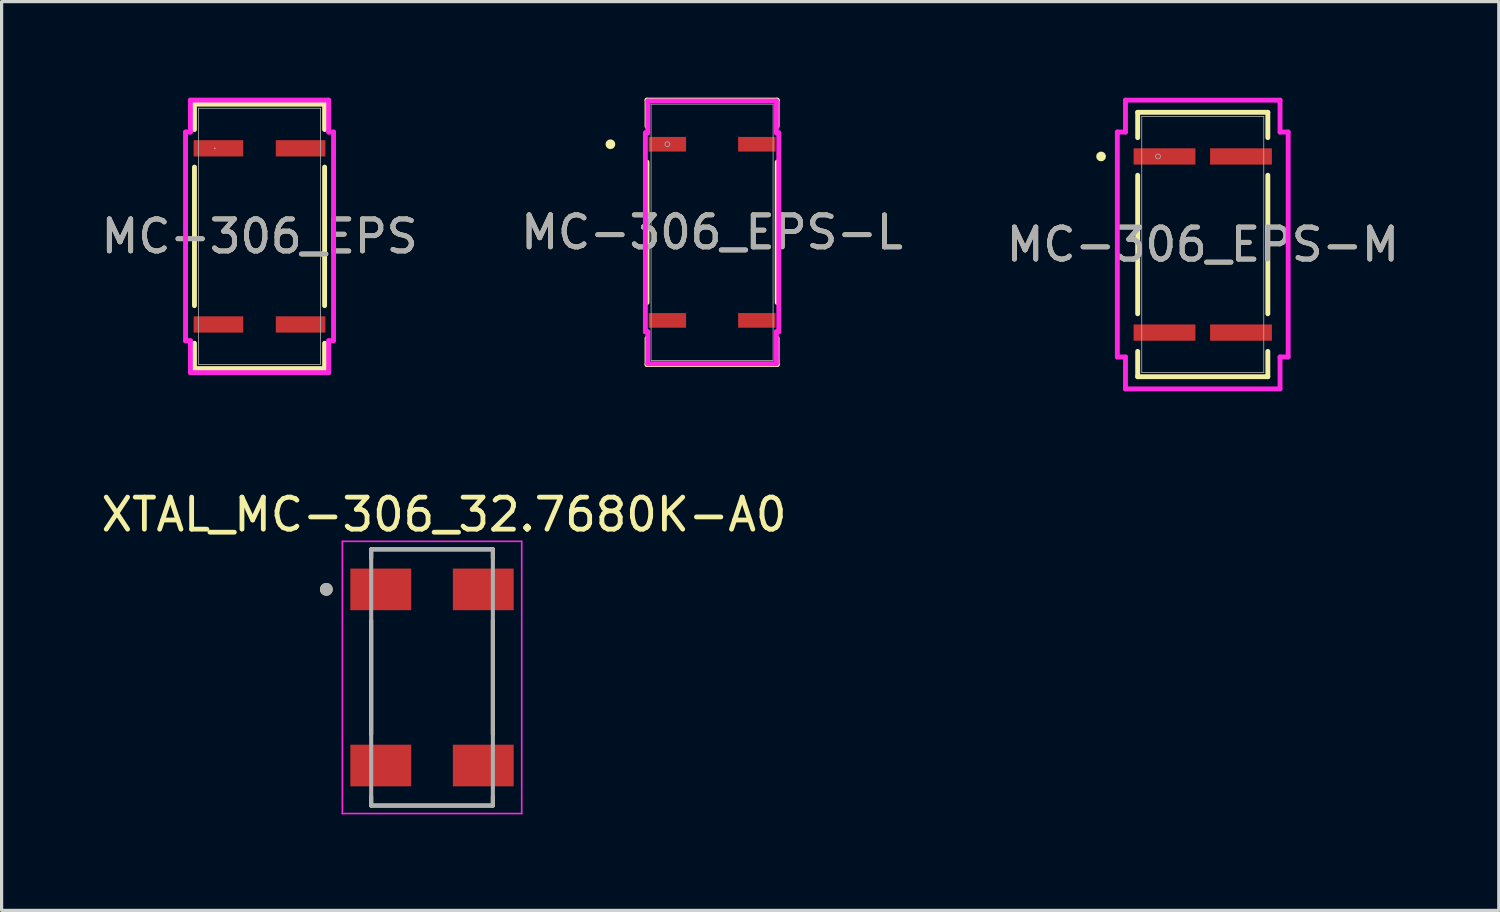
<source format=kicad_pcb>
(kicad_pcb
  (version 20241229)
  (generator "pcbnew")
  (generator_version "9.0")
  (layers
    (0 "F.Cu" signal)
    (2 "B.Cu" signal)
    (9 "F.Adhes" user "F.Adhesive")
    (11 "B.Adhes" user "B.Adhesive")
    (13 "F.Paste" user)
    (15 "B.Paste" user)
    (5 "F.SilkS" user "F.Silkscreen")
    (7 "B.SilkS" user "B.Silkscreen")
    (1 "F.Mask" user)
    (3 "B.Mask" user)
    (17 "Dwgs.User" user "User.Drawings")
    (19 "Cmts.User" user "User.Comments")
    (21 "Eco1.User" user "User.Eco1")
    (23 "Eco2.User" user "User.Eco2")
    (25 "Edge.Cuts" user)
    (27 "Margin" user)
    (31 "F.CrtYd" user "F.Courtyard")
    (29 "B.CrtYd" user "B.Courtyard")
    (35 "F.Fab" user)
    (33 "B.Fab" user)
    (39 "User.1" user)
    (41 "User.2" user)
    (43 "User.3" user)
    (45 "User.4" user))
  (footprint "MC-306_EPS"
    (layer "F.Cu")
    (at 5.054 4.331)
    (property "Reference" "MC-306_EPS" (at 0 0 0) (unlocked yes) (layer "F.SilkS") (effects (font (size 1 1) (thickness 0.15))))
    (attr smd)
    (fp_line (start -2.032 -4.128) (end -2.032 -3.337) (stroke (width 0.152) (type solid)) (layer "F.SilkS"))
    (fp_line (start -2.032 -2.163) (end -2.032 2.163) (stroke (width 0.152) (type solid)) (layer "F.SilkS"))
    (fp_line (start -2.032 3.337) (end -2.032 4.128) (stroke (width 0.152) (type solid)) (layer "F.SilkS"))
    (fp_line (start -2.032 4.128) (end 2.032 4.128) (stroke (width 0.152) (type solid)) (layer "F.SilkS"))
    (fp_line (start 2.032 -4.128) (end -2.032 -4.128) (stroke (width 0.152) (type solid)) (layer "F.SilkS"))
    (fp_line (start 2.032 -3.337) (end 2.032 -4.128) (stroke (width 0.152) (type solid)) (layer "F.SilkS"))
    (fp_line (start 2.032 2.163) (end 2.032 -2.163) (stroke (width 0.152) (type solid)) (layer "F.SilkS"))
    (fp_line (start 2.032 4.128) (end 2.032 3.337) (stroke (width 0.152) (type solid)) (layer "F.SilkS"))
    (fp_line (start -2.311 -3.258) (end -2.159 -3.258) (stroke (width 0.152) (type solid)) (layer "F.CrtYd"))
    (fp_line (start -2.311 3.258) (end -2.311 -3.258) (stroke (width 0.152) (type solid)) (layer "F.CrtYd"))
    (fp_line (start -2.159 -4.255) (end 2.159 -4.255) (stroke (width 0.152) (type solid)) (layer "F.CrtYd"))
    (fp_line (start -2.159 -3.258) (end -2.159 -4.255) (stroke (width 0.152) (type solid)) (layer "F.CrtYd"))
    (fp_line (start -2.159 3.258) (end -2.311 3.258) (stroke (width 0.152) (type solid)) (layer "F.CrtYd"))
    (fp_line (start -2.159 4.255) (end -2.159 3.258) (stroke (width 0.152) (type solid)) (layer "F.CrtYd"))
    (fp_line (start 2.159 -4.255) (end 2.159 -3.258) (stroke (width 0.152) (type solid)) (layer "F.CrtYd"))
    (fp_line (start 2.159 -3.258) (end 2.311 -3.258) (stroke (width 0.152) (type solid)) (layer "F.CrtYd"))
    (fp_line (start 2.159 3.258) (end 2.159 4.255) (stroke (width 0.152) (type solid)) (layer "F.CrtYd"))
    (fp_line (start 2.159 4.255) (end -2.159 4.255) (stroke (width 0.152) (type solid)) (layer "F.CrtYd"))
    (fp_line (start 2.311 -3.258) (end 2.311 3.258) (stroke (width 0.152) (type solid)) (layer "F.CrtYd"))
    (fp_line (start 2.311 3.258) (end 2.159 3.258) (stroke (width 0.152) (type solid)) (layer "F.CrtYd"))
    (fp_line (start -1.905 -4) (end -1.905 4) (stroke (width 0.025) (type solid)) (layer "F.Fab"))
    (fp_line (start -1.905 4) (end 1.905 4) (stroke (width 0.025) (type solid)) (layer "F.Fab"))
    (fp_line (start 1.905 -4) (end -1.905 -4) (stroke (width 0.025) (type solid)) (layer "F.Fab"))
    (fp_line (start 1.905 4) (end 1.905 -4) (stroke (width 0.025) (type solid)) (layer "F.Fab"))
    (fp_circle (center -1.397 -2.75) (end -1.397 -2.75) (stroke (width 0.025) (type solid)) (fill no) (layer "F.Fab"))
    (fp_text user "${REFERENCE}" (at 0 0 0) (unlocked yes) (layer "F.Fab") (effects (font (size 1 1) (thickness 0.15))))
    (pad "1" smd rect (at -1.283 -2.75 90) (size 0.508 1.549) (layers "F.Cu" "F.Mask" "F.Paste"))
    (pad "2" smd rect (at -1.283 2.75 90) (size 0.508 1.549) (layers "F.Cu" "F.Mask" "F.Paste"))
    (pad "3" smd rect (at 1.283 2.75 90) (size 0.508 1.549) (layers "F.Cu" "F.Mask" "F.Paste"))
    (pad "4" smd rect (at 1.283 -2.75 90) (size 0.508 1.549) (layers "F.Cu" "F.Mask" "F.Paste")))
  (footprint "MC-306_EPS-M"
    (layer "F.Cu")
    (at 34.506 4.585)
    (property "Reference" "MC-306_EPS-M" (at 0 0 0) (unlocked yes) (layer "F.SilkS") (effects (font (size 1 1) (thickness 0.15))))
    (attr smd)
    (fp_line (start -2.032 -4.128) (end -2.032 -3.337) (stroke (width 0.152) (type solid)) (layer "F.SilkS"))
    (fp_line (start -2.032 -2.163) (end -2.032 2.163) (stroke (width 0.152) (type solid)) (layer "F.SilkS"))
    (fp_line (start -2.032 3.337) (end -2.032 4.128) (stroke (width 0.152) (type solid)) (layer "F.SilkS"))
    (fp_line (start -2.032 4.128) (end 2.032 4.128) (stroke (width 0.152) (type solid)) (layer "F.SilkS"))
    (fp_line (start 2.032 -4.128) (end -2.032 -4.128) (stroke (width 0.152) (type solid)) (layer "F.SilkS"))
    (fp_line (start 2.032 -3.337) (end 2.032 -4.128) (stroke (width 0.152) (type solid)) (layer "F.SilkS"))
    (fp_line (start 2.032 2.163) (end 2.032 -2.163) (stroke (width 0.152) (type solid)) (layer "F.SilkS"))
    (fp_line (start 2.032 4.128) (end 2.032 3.337) (stroke (width 0.152) (type solid)) (layer "F.SilkS"))
    (fp_circle (center -3.175 -2.75) (end -3.099 -2.75) (stroke (width 0.152) (type solid)) (fill no) (layer "F.SilkS"))
    (fp_line (start -2.667 -3.512) (end -2.413 -3.512) (stroke (width 0.152) (type solid)) (layer "F.CrtYd"))
    (fp_line (start -2.667 3.512) (end -2.667 -3.512) (stroke (width 0.152) (type solid)) (layer "F.CrtYd"))
    (fp_line (start -2.413 -4.508) (end 2.413 -4.508) (stroke (width 0.152) (type solid)) (layer "F.CrtYd"))
    (fp_line (start -2.413 -3.512) (end -2.413 -4.508) (stroke (width 0.152) (type solid)) (layer "F.CrtYd"))
    (fp_line (start -2.413 3.512) (end -2.667 3.512) (stroke (width 0.152) (type solid)) (layer "F.CrtYd"))
    (fp_line (start -2.413 4.508) (end -2.413 3.512) (stroke (width 0.152) (type solid)) (layer "F.CrtYd"))
    (fp_line (start 2.413 -4.508) (end 2.413 -3.512) (stroke (width 0.152) (type solid)) (layer "F.CrtYd"))
    (fp_line (start 2.413 -3.512) (end 2.667 -3.512) (stroke (width 0.152) (type solid)) (layer "F.CrtYd"))
    (fp_line (start 2.413 3.512) (end 2.413 4.508) (stroke (width 0.152) (type solid)) (layer "F.CrtYd"))
    (fp_line (start 2.413 4.508) (end -2.413 4.508) (stroke (width 0.152) (type solid)) (layer "F.CrtYd"))
    (fp_line (start 2.667 -3.512) (end 2.667 3.512) (stroke (width 0.152) (type solid)) (layer "F.CrtYd"))
    (fp_line (start 2.667 3.512) (end 2.413 3.512) (stroke (width 0.152) (type solid)) (layer "F.CrtYd"))
    (fp_line (start -1.905 -4) (end -1.905 4) (stroke (width 0.025) (type solid)) (layer "F.Fab"))
    (fp_line (start -1.905 4) (end 1.905 4) (stroke (width 0.025) (type solid)) (layer "F.Fab"))
    (fp_line (start 1.905 -4) (end -1.905 -4) (stroke (width 0.025) (type solid)) (layer "F.Fab"))
    (fp_line (start 1.905 4) (end 1.905 -4) (stroke (width 0.025) (type solid)) (layer "F.Fab"))
    (fp_circle (center -1.397 -2.75) (end -1.321 -2.75) (stroke (width 0.025) (type solid)) (fill no) (layer "F.Fab"))
    (fp_text user "${REFERENCE}" (at 0 0 0) (unlocked yes) (layer "F.Fab") (effects (font (size 1 1) (thickness 0.15))))
    (pad "1" smd rect (at -1.194 -2.75 90) (size 0.508 1.93) (layers "F.Cu" "F.Mask" "F.Paste"))
    (pad "2" smd rect (at -1.194 2.75 90) (size 0.508 1.93) (layers "F.Cu" "F.Mask" "F.Paste"))
    (pad "3" smd rect (at 1.194 2.75 90) (size 0.508 1.93) (layers "F.Cu" "F.Mask" "F.Paste"))
    (pad "4" smd rect (at 1.194 -2.75 90) (size 0.508 1.93) (layers "F.Cu" "F.Mask" "F.Paste")))
  (footprint "MC-306_EPS-L"
    (layer "F.Cu")
    (at 19.185 4.204)
    (property "Reference" "MC-306_EPS-L" (at 0 0 0) (unlocked yes) (layer "F.SilkS") (effects (font (size 1 1) (thickness 0.15))))
    (attr smd)
    (fp_line (start -2.032 -4.128) (end -2.032 -3.307) (stroke (width 0.152) (type solid)) (layer "F.SilkS"))
    (fp_line (start -2.032 -2.193) (end -2.032 2.193) (stroke (width 0.152) (type solid)) (layer "F.SilkS"))
    (fp_line (start -2.032 3.307) (end -2.032 4.128) (stroke (width 0.152) (type solid)) (layer "F.SilkS"))
    (fp_line (start -2.032 4.128) (end 2.032 4.128) (stroke (width 0.152) (type solid)) (layer "F.SilkS"))
    (fp_line (start 2.032 -4.128) (end -2.032 -4.128) (stroke (width 0.152) (type solid)) (layer "F.SilkS"))
    (fp_line (start 2.032 -3.307) (end 2.032 -4.128) (stroke (width 0.152) (type solid)) (layer "F.SilkS"))
    (fp_line (start 2.032 2.193) (end 2.032 -2.193) (stroke (width 0.152) (type solid)) (layer "F.SilkS"))
    (fp_line (start 2.032 4.128) (end 2.032 3.307) (stroke (width 0.152) (type solid)) (layer "F.SilkS"))
    (fp_circle (center -3.175 -2.75) (end -3.099 -2.75) (stroke (width 0.152) (type solid)) (fill no) (layer "F.SilkS"))
    (fp_line (start -2.083 -3.106) (end -2.007 -3.106) (stroke (width 0.152) (type solid)) (layer "F.CrtYd"))
    (fp_line (start -2.083 3.106) (end -2.083 -3.106) (stroke (width 0.152) (type solid)) (layer "F.CrtYd"))
    (fp_line (start -2.007 -4.102) (end 2.007 -4.102) (stroke (width 0.152) (type solid)) (layer "F.CrtYd"))
    (fp_line (start -2.007 -3.106) (end -2.007 -4.102) (stroke (width 0.152) (type solid)) (layer "F.CrtYd"))
    (fp_line (start -2.007 3.106) (end -2.083 3.106) (stroke (width 0.152) (type solid)) (layer "F.CrtYd"))
    (fp_line (start -2.007 4.102) (end -2.007 3.106) (stroke (width 0.152) (type solid)) (layer "F.CrtYd"))
    (fp_line (start 2.007 -4.102) (end 2.007 -3.106) (stroke (width 0.152) (type solid)) (layer "F.CrtYd"))
    (fp_line (start 2.007 -3.106) (end 2.083 -3.106) (stroke (width 0.152) (type solid)) (layer "F.CrtYd"))
    (fp_line (start 2.007 3.106) (end 2.007 4.102) (stroke (width 0.152) (type solid)) (layer "F.CrtYd"))
    (fp_line (start 2.007 4.102) (end -2.007 4.102) (stroke (width 0.152) (type solid)) (layer "F.CrtYd"))
    (fp_line (start 2.083 -3.106) (end 2.083 3.106) (stroke (width 0.152) (type solid)) (layer "F.CrtYd"))
    (fp_line (start 2.083 3.106) (end 2.007 3.106) (stroke (width 0.152) (type solid)) (layer "F.CrtYd"))
    (fp_line (start -1.905 -4) (end -1.905 4) (stroke (width 0.025) (type solid)) (layer "F.Fab"))
    (fp_line (start -1.905 4) (end 1.905 4) (stroke (width 0.025) (type solid)) (layer "F.Fab"))
    (fp_line (start 1.905 -4) (end -1.905 -4) (stroke (width 0.025) (type solid)) (layer "F.Fab"))
    (fp_line (start 1.905 4) (end 1.905 -4) (stroke (width 0.025) (type solid)) (layer "F.Fab"))
    (fp_circle (center -1.397 -2.75) (end -1.321 -2.75) (stroke (width 0.025) (type solid)) (fill no) (layer "F.Fab"))
    (fp_text user "${REFERENCE}" (at 0 0 0) (unlocked yes) (layer "F.Fab") (effects (font (size 1 1) (thickness 0.15))))
    (pad "1" smd rect (at -1.397 -2.75 90) (size 0.457 1.168) (layers "F.Cu" "F.Mask" "F.Paste"))
    (pad "2" smd rect (at -1.397 2.75 90) (size 0.457 1.168) (layers "F.Cu" "F.Mask" "F.Paste"))
    (pad "3" smd rect (at 1.397 2.75 90) (size 0.457 1.168) (layers "F.Cu" "F.Mask" "F.Paste"))
    (pad "4" smd rect (at 1.397 -2.75 90) (size 0.457 1.168) (layers "F.Cu" "F.Mask" "F.Paste")))
  (footprint "XTAL_MC-306_32.7680K-A0"
    (layer "F.Cu")
    (at 10.44 18.103)
    (property "Reference" "XTAL_MC-306_32.7680K-A0" (at 0.375 -5.085 0) (layer "F.SilkS") (effects (font (size 1 1) (thickness 0.15))))
    (attr smd)
    (fp_line (start -1.9 -4) (end -1.9 -3.72) (stroke (width 0.127) (type solid)) (layer "F.SilkS"))
    (fp_line (start -1.9 -4) (end 1.9 -4) (stroke (width 0.127) (type solid)) (layer "F.SilkS"))
    (fp_line (start -1.9 -1.78) (end -1.9 1.78) (stroke (width 0.127) (type solid)) (layer "F.SilkS"))
    (fp_line (start -1.9 4) (end -1.9 3.72) (stroke (width 0.127) (type solid)) (layer "F.SilkS"))
    (fp_line (start -1.9 4) (end 1.9 4) (stroke (width 0.127) (type solid)) (layer "F.SilkS"))
    (fp_line (start 1.9 -4) (end 1.9 -3.72) (stroke (width 0.127) (type solid)) (layer "F.SilkS"))
    (fp_line (start 1.9 -1.78) (end 1.9 1.78) (stroke (width 0.127) (type solid)) (layer "F.SilkS"))
    (fp_line (start 1.9 4) (end 1.9 3.72) (stroke (width 0.127) (type solid)) (layer "F.SilkS"))
    (fp_circle (center -3.3 -2.75) (end -3.2 -2.75) (stroke (width 0.2) (type solid)) (fill no) (layer "F.SilkS"))
    (fp_line (start -2.8 -4.25) (end -2.8 4.25) (stroke (width 0.05) (type solid)) (layer "F.CrtYd"))
    (fp_line (start -2.8 -4.25) (end 2.8 -4.25) (stroke (width 0.05) (type solid)) (layer "F.CrtYd"))
    (fp_line (start 2.8 -4.25) (end 2.8 4.25) (stroke (width 0.05) (type solid)) (layer "F.CrtYd"))
    (fp_line (start 2.8 4.25) (end -2.8 4.25) (stroke (width 0.05) (type solid)) (layer "F.CrtYd"))
    (fp_line (start -1.9 -4) (end -1.9 4) (stroke (width 0.127) (type solid)) (layer "F.Fab"))
    (fp_line (start -1.9 -4) (end 1.9 -4) (stroke (width 0.127) (type solid)) (layer "F.Fab"))
    (fp_line (start 1.9 -4) (end 1.9 4) (stroke (width 0.127) (type solid)) (layer "F.Fab"))
    (fp_line (start 1.9 4) (end -1.9 4) (stroke (width 0.127) (type solid)) (layer "F.Fab"))
    (fp_circle (center -3.3 -2.75) (end -3.2 -2.75) (stroke (width 0.2) (type solid)) (fill no) (layer "F.Fab"))
    (pad "1" smd rect (at -1.6 -2.75) (size 1.9 1.3) (layers "F.Cu" "F.Mask" "F.Paste"))
    (pad "2" smd rect (at -1.6 2.75) (size 1.9 1.3) (layers "F.Cu" "F.Mask" "F.Paste"))
    (pad "3" smd rect (at 1.6 2.75) (size 1.9 1.3) (layers "F.Cu" "F.Mask" "F.Paste"))
    (pad "4" smd rect (at 1.6 -2.75) (size 1.9 1.3) (layers "F.Cu" "F.Mask" "F.Paste")))
  (gr_rect
    (start -3 -3)
    (end 43.75 25.378)
    (stroke (width 0.1) (type default))
    (fill no)
    (layer "Edge.Cuts")))
</source>
